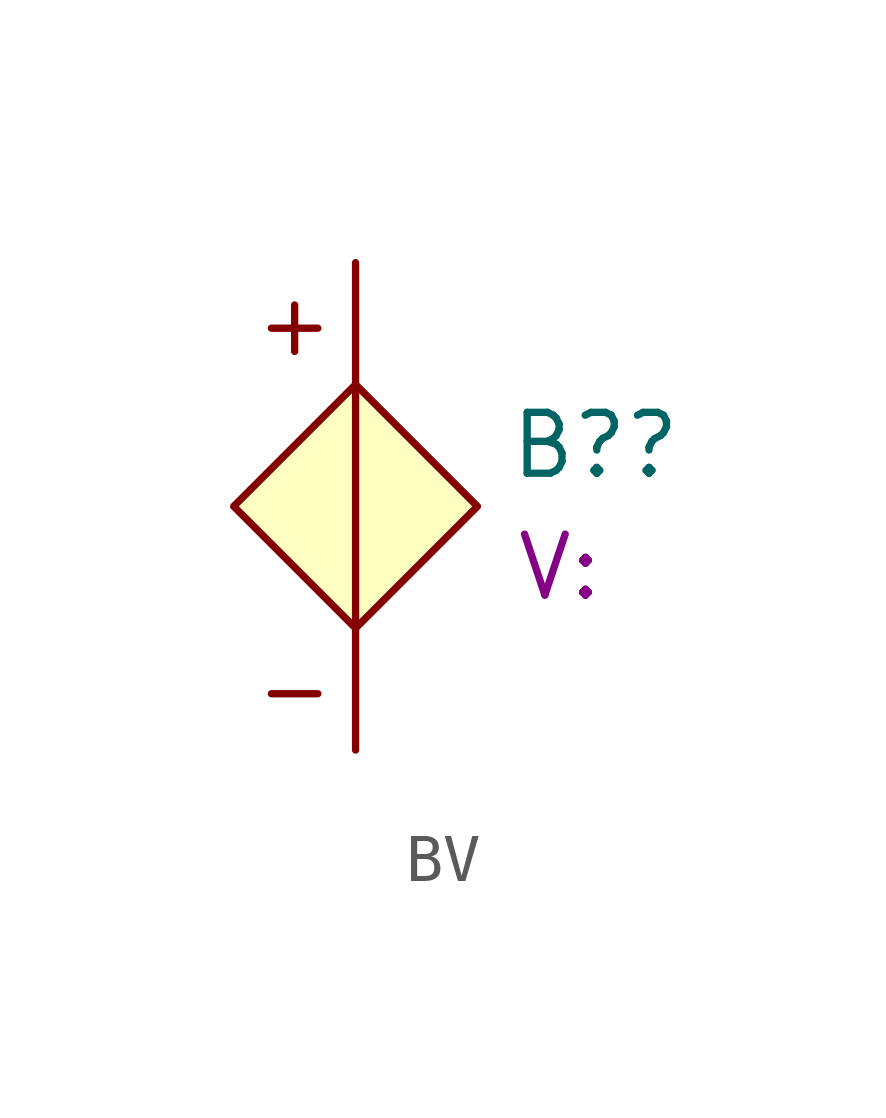
<source format=kicad_sym>
(kicad_symbol_lib
  (version 20241209)
  (generator "kicad_symbol_editor")
  (generator_version "9.0")
  (symbol "BV"
    (pin_numbers
      (hide yes))
    (pin_names
      (offset 0)
      (hide yes))
    (property "Reference" "B?"
      (at 3.175 1.27 0)
      (effects (font (size 1.27 1.27)) (justify left)))
    (property "V" ""
      (at 3.302 -1.27 0)
      (show_name)
      (effects (font (size 1.27 1.27)) (justify left)))
    (symbol "BV_0_0"
      (pin power_out line (at 0 5.08 270) (length 2.54) (name "p" (effects (font (size 1.27 1.27)))) (number "1" (effects (font (size 1.27 1.27))))))
    (symbol "BV_0_1"
      (polyline (pts (xy 0 -2.54) (xy 0 2.54)) (stroke (width 0) (type solid)) (fill (type none))))
    (symbol "BV_1_0"
      (pin power_out line (at 0 -5.08 90) (length 2.54) (name "outN" (effects (font (size 1.27 1.27)))) (number "2" (effects (font (size 1.27 1.27))))))
    (symbol "BV_1_1"
      (polyline (pts (xy 0 2.54) (xy -2.54 0) (xy 0 -2.54) (xy 2.54 0) (xy 0 2.54)) (stroke (width 0) (type default)) (fill (type background)))
      (text "+" (at -1.27 3.81 0) (effects (font (size 1.27 1.27))))
      (text "-" (at -1.27 -3.81 0) (effects (font (size 1.27 1.27)))))))
</source>
